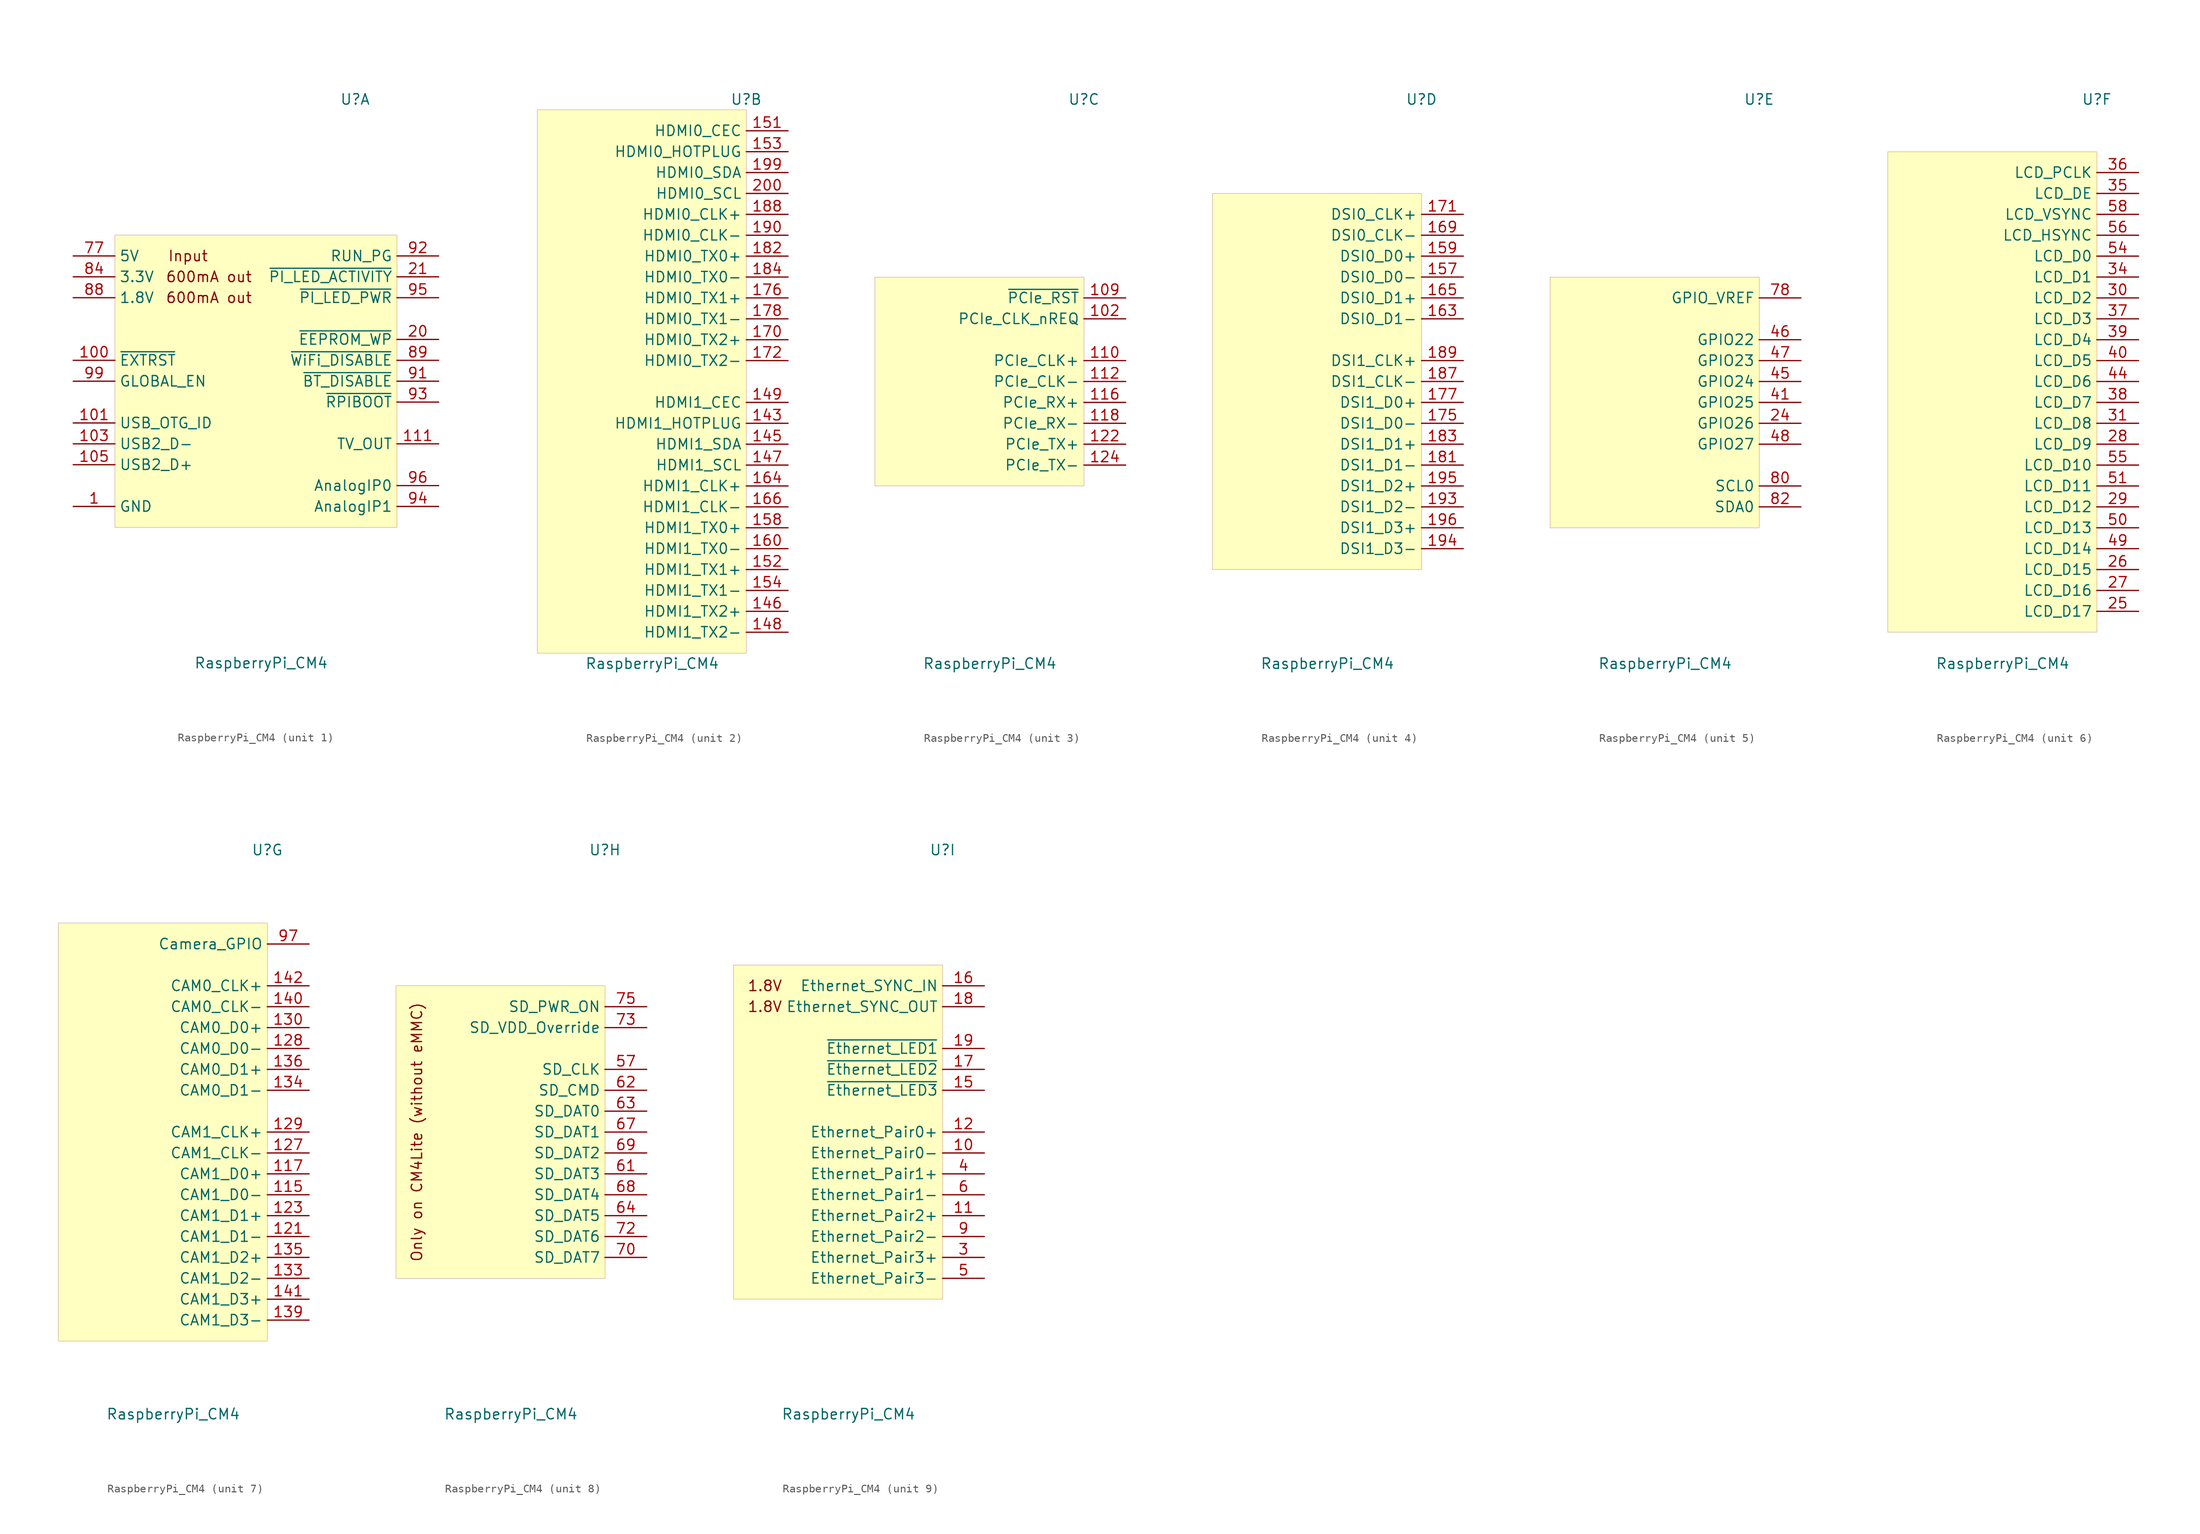
<source format=kicad_sym>
(kicad_symbol_lib
  (version 20201005)
  (generator kicad_symbol_editor)
  (symbol "MCU_Module_Extra:RaspberryPi_CM4"
    (property "Reference" "U"
      (at 12.7 34.29 0)
      (effects (font (size 1.27 1.27))))
    (property "Value" "RaspberryPi_CM4"
      (at 1.27 -34.29 0)
      (effects (font (size 1.27 1.27))))
    (property "ki_locked" ""
      (at 0 0 0)
      (effects (font (size 1.27 1.27))))
    (symbol "RaspberryPi_CM4_1_0"
      (text "600mA out" (at -5.08 10.16 0) (effects (font (size 1.27 1.27))))
      (text "600mA out" (at -5.08 12.7 0) (effects (font (size 1.27 1.27))))
      (text "Input" (at -7.62 15.24 0) (effects (font (size 1.27 1.27))))
      (rectangle (start -16.51 17.78) (end 17.78 -17.78) (stroke (width 0.001)) (fill (type background))))
    (symbol "RaspberryPi_CM4_1_1"
      (pin power_in line (at -21.59 -15.24 0) (length 5.08) (name "GND" (effects (font (size 1.27 1.27)))) (number "1" (effects (font (size 1.27 1.27)))))
      (pin output line (at -21.59 2.54 0) (length 5.08) (name "~EXTRST~" (effects (font (size 1.27 1.27)))) (number "100" (effects (font (size 1.27 1.27)))))
      (pin passive line (at -21.59 -15.24 0) (length 5.08) hide (name "GND" (effects (font (size 1.27 1.27)))) (number "13" (effects (font (size 1.27 1.27)))))
      (pin passive line (at -21.59 -15.24 0) (length 5.08) hide (name "GND" (effects (font (size 1.27 1.27)))) (number "14" (effects (font (size 1.27 1.27)))))
      (pin passive line (at -21.59 -15.24 0) (length 5.08) hide (name "GND" (effects (font (size 1.27 1.27)))) (number "2" (effects (font (size 1.27 1.27)))))
      (pin bidirectional line (at 22.86 5.08 180) (length 5.08) (name "~EEPROM_WP~" (effects (font (size 1.27 1.27)))) (number "20" (effects (font (size 1.27 1.27)))))
      (pin open_collector line (at 22.86 12.7 180) (length 5.08) (name "~PI_LED_ACTIVITY~" (effects (font (size 1.27 1.27)))) (number "21" (effects (font (size 1.27 1.27)))))
      (pin passive line (at -21.59 -15.24 0) (length 5.08) hide (name "GND" (effects (font (size 1.27 1.27)))) (number "22" (effects (font (size 1.27 1.27)))))
      (pin passive line (at -21.59 -15.24 0) (length 5.08) hide (name "GND" (effects (font (size 1.27 1.27)))) (number "23" (effects (font (size 1.27 1.27)))))
      (pin passive line (at -21.59 -15.24 0) (length 5.08) hide (name "GND" (effects (font (size 1.27 1.27)))) (number "32" (effects (font (size 1.27 1.27)))))
      (pin passive line (at -21.59 -15.24 0) (length 5.08) hide (name "GND" (effects (font (size 1.27 1.27)))) (number "33" (effects (font (size 1.27 1.27)))))
      (pin passive line (at -21.59 -15.24 0) (length 5.08) hide (name "GND" (effects (font (size 1.27 1.27)))) (number "42" (effects (font (size 1.27 1.27)))))
      (pin passive line (at -21.59 -15.24 0) (length 5.08) hide (name "GND" (effects (font (size 1.27 1.27)))) (number "43" (effects (font (size 1.27 1.27)))))
      (pin passive line (at -21.59 -15.24 0) (length 5.08) hide (name "GND" (effects (font (size 1.27 1.27)))) (number "52" (effects (font (size 1.27 1.27)))))
      (pin passive line (at -21.59 -15.24 0) (length 5.08) hide (name "GND" (effects (font (size 1.27 1.27)))) (number "53" (effects (font (size 1.27 1.27)))))
      (pin passive line (at -21.59 -15.24 0) (length 5.08) hide (name "GND" (effects (font (size 1.27 1.27)))) (number "59" (effects (font (size 1.27 1.27)))))
      (pin passive line (at -21.59 -15.24 0) (length 5.08) hide (name "GND" (effects (font (size 1.27 1.27)))) (number "60" (effects (font (size 1.27 1.27)))))
      (pin passive line (at -21.59 -15.24 0) (length 5.08) hide (name "GND" (effects (font (size 1.27 1.27)))) (number "65" (effects (font (size 1.27 1.27)))))
      (pin passive line (at -21.59 -15.24 0) (length 5.08) hide (name "GND" (effects (font (size 1.27 1.27)))) (number "66" (effects (font (size 1.27 1.27)))))
      (pin passive line (at -21.59 -15.24 0) (length 5.08) hide (name "GND" (effects (font (size 1.27 1.27)))) (number "7" (effects (font (size 1.27 1.27)))))
      (pin passive line (at -21.59 -15.24 0) (length 5.08) hide (name "GND" (effects (font (size 1.27 1.27)))) (number "71" (effects (font (size 1.27 1.27)))))
      (pin passive line (at -21.59 -15.24 0) (length 5.08) hide (name "GND" (effects (font (size 1.27 1.27)))) (number "74" (effects (font (size 1.27 1.27)))))
      (pin no_connect line (at -1.27 -10.16 0) (length 5.08) hide (name "Reserved" (effects (font (size 1.27 1.27)))) (number "76" (effects (font (size 1.27 1.27)))))
      (pin power_in line (at -21.59 15.24 0) (length 5.08) (name "5V" (effects (font (size 1.27 1.27)))) (number "77" (effects (font (size 1.27 1.27)))))
      (pin passive line (at -21.59 15.24 0) (length 5.08) hide (name "5V" (effects (font (size 1.27 1.27)))) (number "79" (effects (font (size 1.27 1.27)))))
      (pin passive line (at -21.59 -15.24 0) (length 5.08) hide (name "GND" (effects (font (size 1.27 1.27)))) (number "8" (effects (font (size 1.27 1.27)))))
      (pin passive line (at -21.59 15.24 0) (length 5.08) hide (name "5V" (effects (font (size 1.27 1.27)))) (number "81" (effects (font (size 1.27 1.27)))))
      (pin passive line (at -21.59 15.24 0) (length 5.08) hide (name "5V" (effects (font (size 1.27 1.27)))) (number "83" (effects (font (size 1.27 1.27)))))
      (pin power_out line (at -21.59 12.7 0) (length 5.08) (name "3.3V" (effects (font (size 1.27 1.27)))) (number "84" (effects (font (size 1.27 1.27)))))
      (pin passive line (at -21.59 15.24 0) (length 5.08) hide (name "5V" (effects (font (size 1.27 1.27)))) (number "85" (effects (font (size 1.27 1.27)))))
      (pin passive line (at -21.59 12.7 0) (length 5.08) hide (name "3.3V" (effects (font (size 1.27 1.27)))) (number "86" (effects (font (size 1.27 1.27)))))
      (pin passive line (at -21.59 15.24 0) (length 5.08) hide (name "5V" (effects (font (size 1.27 1.27)))) (number "87" (effects (font (size 1.27 1.27)))))
      (pin power_out line (at -21.59 10.16 0) (length 5.08) (name "1.8V" (effects (font (size 1.27 1.27)))) (number "88" (effects (font (size 1.27 1.27)))))
      (pin power_in line (at 22.86 2.54 180) (length 5.08) (name "~WiFi_DISABLE~" (effects (font (size 1.27 1.27)))) (number "89" (effects (font (size 1.27 1.27)))))
      (pin passive line (at -21.59 10.16 0) (length 5.08) hide (name "1.8V" (effects (font (size 1.27 1.27)))) (number "90" (effects (font (size 1.27 1.27)))))
      (pin input line (at 22.86 0 180) (length 5.08) (name "~BT_DISABLE~" (effects (font (size 1.27 1.27)))) (number "91" (effects (font (size 1.27 1.27)))))
      (pin bidirectional line (at 22.86 15.24 180) (length 5.08) (name "RUN_PG" (effects (font (size 1.27 1.27)))) (number "92" (effects (font (size 1.27 1.27)))))
      (pin input line (at 22.86 -2.54 180) (length 5.08) (name "~RPIBOOT~" (effects (font (size 1.27 1.27)))) (number "93" (effects (font (size 1.27 1.27)))))
      (pin output line (at 22.86 -15.24 180) (length 5.08) (name "AnalogIP1" (effects (font (size 1.27 1.27)))) (number "94" (effects (font (size 1.27 1.27)))))
      (pin output line (at 22.86 10.16 180) (length 5.08) (name "~PI_LED_PWR~" (effects (font (size 1.27 1.27)))) (number "95" (effects (font (size 1.27 1.27)))))
      (pin output line (at 22.86 -12.7 180) (length 5.08) (name "AnalogIP0" (effects (font (size 1.27 1.27)))) (number "96" (effects (font (size 1.27 1.27)))))
      (pin passive line (at -21.59 -15.24 0) (length 5.08) hide (name "GND" (effects (font (size 1.27 1.27)))) (number "98" (effects (font (size 1.27 1.27)))))
      (pin input line (at -21.59 0 0) (length 5.08) (name "GLOBAL_EN" (effects (font (size 1.27 1.27)))) (number "99" (effects (font (size 1.27 1.27)))))
      (pin input line (at -21.59 -5.08 0) (length 5.08) (name "USB_OTG_ID" (effects (font (size 1.27 1.27)))) (number "101" (effects (font (size 1.27 1.27)))))
      (pin passive line (at -21.59 -7.62 0) (length 5.08) (name "USB2_D-" (effects (font (size 1.27 1.27)))) (number "103" (effects (font (size 1.27 1.27)))))
      (pin no_connect line (at -1.27 -5.08 0) (length 5.08) hide (name "Reserved" (effects (font (size 1.27 1.27)))) (number "104" (effects (font (size 1.27 1.27)))))
      (pin passive line (at -21.59 -10.16 0) (length 5.08) (name "USB2_D+" (effects (font (size 1.27 1.27)))) (number "105" (effects (font (size 1.27 1.27)))))
      (pin no_connect line (at -1.27 -7.62 0) (length 5.08) hide (name "Reserved" (effects (font (size 1.27 1.27)))) (number "106" (effects (font (size 1.27 1.27)))))
      (pin passive line (at -21.59 -15.24 0) (length 5.08) hide (name "GND" (effects (font (size 1.27 1.27)))) (number "107" (effects (font (size 1.27 1.27)))))
      (pin passive line (at -21.59 -15.24 0) (length 5.08) hide (name "GND" (effects (font (size 1.27 1.27)))) (number "108" (effects (font (size 1.27 1.27)))))
      (pin passive line (at 22.86 -7.62 180) (length 5.08) (name "TV_OUT" (effects (font (size 1.27 1.27)))) (number "111" (effects (font (size 1.27 1.27)))))
      (pin passive line (at -21.59 -15.24 0) (length 5.08) hide (name "GND" (effects (font (size 1.27 1.27)))) (number "113" (effects (font (size 1.27 1.27)))))
      (pin passive line (at -21.59 -15.24 0) (length 5.08) hide (name "GND" (effects (font (size 1.27 1.27)))) (number "114" (effects (font (size 1.27 1.27)))))
      (pin passive line (at -21.59 -15.24 0) (length 5.08) hide (name "GND" (effects (font (size 1.27 1.27)))) (number "119" (effects (font (size 1.27 1.27)))))
      (pin passive line (at -21.59 -15.24 0) (length 5.08) hide (name "GND" (effects (font (size 1.27 1.27)))) (number "120" (effects (font (size 1.27 1.27)))))
      (pin passive line (at -21.59 -15.24 0) (length 5.08) hide (name "GND" (effects (font (size 1.27 1.27)))) (number "125" (effects (font (size 1.27 1.27)))))
      (pin passive line (at -21.59 -15.24 0) (length 5.08) hide (name "GND" (effects (font (size 1.27 1.27)))) (number "126" (effects (font (size 1.27 1.27)))))
      (pin passive line (at -21.59 -15.24 0) (length 5.08) hide (name "GND" (effects (font (size 1.27 1.27)))) (number "131" (effects (font (size 1.27 1.27)))))
      (pin passive line (at -21.59 -15.24 0) (length 5.08) hide (name "GND" (effects (font (size 1.27 1.27)))) (number "132" (effects (font (size 1.27 1.27)))))
      (pin passive line (at -21.59 -15.24 0) (length 5.08) hide (name "GND" (effects (font (size 1.27 1.27)))) (number "137" (effects (font (size 1.27 1.27)))))
      (pin passive line (at -21.59 -15.24 0) (length 5.08) hide (name "GND" (effects (font (size 1.27 1.27)))) (number "138" (effects (font (size 1.27 1.27)))))
      (pin passive line (at -21.59 -15.24 0) (length 5.08) hide (name "GND" (effects (font (size 1.27 1.27)))) (number "144" (effects (font (size 1.27 1.27)))))
      (pin passive line (at -21.59 -15.24 0) (length 5.08) hide (name "GND" (effects (font (size 1.27 1.27)))) (number "150" (effects (font (size 1.27 1.27)))))
      (pin passive line (at -21.59 -15.24 0) (length 5.08) hide (name "GND" (effects (font (size 1.27 1.27)))) (number "155" (effects (font (size 1.27 1.27)))))
      (pin passive line (at -21.59 -15.24 0) (length 5.08) hide (name "GND" (effects (font (size 1.27 1.27)))) (number "156" (effects (font (size 1.27 1.27)))))
      (pin passive line (at -21.59 -15.24 0) (length 5.08) hide (name "GND" (effects (font (size 1.27 1.27)))) (number "161" (effects (font (size 1.27 1.27)))))
      (pin passive line (at -21.59 -15.24 0) (length 5.08) hide (name "GND" (effects (font (size 1.27 1.27)))) (number "162" (effects (font (size 1.27 1.27)))))
      (pin passive line (at -21.59 -15.24 0) (length 5.08) hide (name "GND" (effects (font (size 1.27 1.27)))) (number "167" (effects (font (size 1.27 1.27)))))
      (pin passive line (at -21.59 -15.24 0) (length 5.08) hide (name "GND" (effects (font (size 1.27 1.27)))) (number "168" (effects (font (size 1.27 1.27)))))
      (pin passive line (at -21.59 -15.24 0) (length 5.08) hide (name "GND" (effects (font (size 1.27 1.27)))) (number "173" (effects (font (size 1.27 1.27)))))
      (pin passive line (at -21.59 -15.24 0) (length 5.08) hide (name "GND" (effects (font (size 1.27 1.27)))) (number "174" (effects (font (size 1.27 1.27)))))
      (pin passive line (at -21.59 -15.24 0) (length 5.08) hide (name "GND" (effects (font (size 1.27 1.27)))) (number "179" (effects (font (size 1.27 1.27)))))
      (pin passive line (at -21.59 -15.24 0) (length 5.08) hide (name "GND" (effects (font (size 1.27 1.27)))) (number "180" (effects (font (size 1.27 1.27)))))
      (pin passive line (at -21.59 -15.24 0) (length 5.08) hide (name "GND" (effects (font (size 1.27 1.27)))) (number "185" (effects (font (size 1.27 1.27)))))
      (pin passive line (at -21.59 -15.24 0) (length 5.08) hide (name "GND" (effects (font (size 1.27 1.27)))) (number "186" (effects (font (size 1.27 1.27)))))
      (pin passive line (at -21.59 -15.24 0) (length 5.08) hide (name "GND" (effects (font (size 1.27 1.27)))) (number "191" (effects (font (size 1.27 1.27)))))
      (pin passive line (at -21.59 -15.24 0) (length 5.08) hide (name "GND" (effects (font (size 1.27 1.27)))) (number "192" (effects (font (size 1.27 1.27)))))
      (pin passive line (at -21.59 -15.24 0) (length 5.08) hide (name "GND" (effects (font (size 1.27 1.27)))) (number "197" (effects (font (size 1.27 1.27)))))
      (pin passive line (at -21.59 -15.24 0) (length 5.08) hide (name "GND" (effects (font (size 1.27 1.27)))) (number "198" (effects (font (size 1.27 1.27))))))
    (symbol "RaspberryPi_CM4_2_0"
      (rectangle (start -12.7 33.02) (end 12.7 -33.02) (stroke (width 0.001)) (fill (type background))))
    (symbol "RaspberryPi_CM4_2_1"
      (pin input line (at 17.78 -5.08 180) (length 5.08) (name "HDMI1_HOTPLUG" (effects (font (size 1.27 1.27)))) (number "143" (effects (font (size 1.27 1.27)))))
      (pin bidirectional line (at 17.78 -7.62 180) (length 5.08) (name "HDMI1_SDA" (effects (font (size 1.27 1.27)))) (number "145" (effects (font (size 1.27 1.27)))))
      (pin output line (at 17.78 -27.94 180) (length 5.08) (name "HDMI1_TX2+" (effects (font (size 1.27 1.27)))) (number "146" (effects (font (size 1.27 1.27)))))
      (pin open_collector line (at 17.78 -10.16 180) (length 5.08) (name "HDMI1_SCL" (effects (font (size 1.27 1.27)))) (number "147" (effects (font (size 1.27 1.27)))))
      (pin output line (at 17.78 -30.48 180) (length 5.08) (name "HDMI1_TX2-" (effects (font (size 1.27 1.27)))) (number "148" (effects (font (size 1.27 1.27)))))
      (pin open_collector line (at 17.78 -2.54 180) (length 5.08) (name "HDMI1_CEC" (effects (font (size 1.27 1.27)))) (number "149" (effects (font (size 1.27 1.27)))))
      (pin open_collector line (at 17.78 30.48 180) (length 5.08) (name "HDMI0_CEC" (effects (font (size 1.27 1.27)))) (number "151" (effects (font (size 1.27 1.27)))))
      (pin output line (at 17.78 -22.86 180) (length 5.08) (name "HDMI1_TX1+" (effects (font (size 1.27 1.27)))) (number "152" (effects (font (size 1.27 1.27)))))
      (pin input line (at 17.78 27.94 180) (length 5.08) (name "HDMI0_HOTPLUG" (effects (font (size 1.27 1.27)))) (number "153" (effects (font (size 1.27 1.27)))))
      (pin output line (at 17.78 -25.4 180) (length 5.08) (name "HDMI1_TX1-" (effects (font (size 1.27 1.27)))) (number "154" (effects (font (size 1.27 1.27)))))
      (pin output line (at 17.78 -17.78 180) (length 5.08) (name "HDMI1_TX0+" (effects (font (size 1.27 1.27)))) (number "158" (effects (font (size 1.27 1.27)))))
      (pin output line (at 17.78 -20.32 180) (length 5.08) (name "HDMI1_TX0-" (effects (font (size 1.27 1.27)))) (number "160" (effects (font (size 1.27 1.27)))))
      (pin output line (at 17.78 -12.7 180) (length 5.08) (name "HDMI1_CLK+" (effects (font (size 1.27 1.27)))) (number "164" (effects (font (size 1.27 1.27)))))
      (pin output line (at 17.78 -15.24 180) (length 5.08) (name "HDMI1_CLK-" (effects (font (size 1.27 1.27)))) (number "166" (effects (font (size 1.27 1.27)))))
      (pin output line (at 17.78 5.08 180) (length 5.08) (name "HDMI0_TX2+" (effects (font (size 1.27 1.27)))) (number "170" (effects (font (size 1.27 1.27)))))
      (pin output line (at 17.78 2.54 180) (length 5.08) (name "HDMI0_TX2-" (effects (font (size 1.27 1.27)))) (number "172" (effects (font (size 1.27 1.27)))))
      (pin output line (at 17.78 10.16 180) (length 5.08) (name "HDMI0_TX1+" (effects (font (size 1.27 1.27)))) (number "176" (effects (font (size 1.27 1.27)))))
      (pin output line (at 17.78 7.62 180) (length 5.08) (name "HDMI0_TX1-" (effects (font (size 1.27 1.27)))) (number "178" (effects (font (size 1.27 1.27)))))
      (pin output line (at 17.78 15.24 180) (length 5.08) (name "HDMI0_TX0+" (effects (font (size 1.27 1.27)))) (number "182" (effects (font (size 1.27 1.27)))))
      (pin output line (at 17.78 12.7 180) (length 5.08) (name "HDMI0_TX0-" (effects (font (size 1.27 1.27)))) (number "184" (effects (font (size 1.27 1.27)))))
      (pin output line (at 17.78 20.32 180) (length 5.08) (name "HDMI0_CLK+" (effects (font (size 1.27 1.27)))) (number "188" (effects (font (size 1.27 1.27)))))
      (pin output line (at 17.78 17.78 180) (length 5.08) (name "HDMI0_CLK-" (effects (font (size 1.27 1.27)))) (number "190" (effects (font (size 1.27 1.27)))))
      (pin bidirectional line (at 17.78 25.4 180) (length 5.08) (name "HDMI0_SDA" (effects (font (size 1.27 1.27)))) (number "199" (effects (font (size 1.27 1.27)))))
      (pin open_collector line (at 17.78 22.86 180) (length 5.08) (name "HDMI0_SCL" (effects (font (size 1.27 1.27)))) (number "200" (effects (font (size 1.27 1.27))))))
    (symbol "RaspberryPi_CM4_3_0"
      (rectangle (start -12.7 12.7) (end 12.7 -12.7) (stroke (width 0.001)) (fill (type background))))
    (symbol "RaspberryPi_CM4_3_1"
      (pin input line (at 17.78 7.62 180) (length 5.08) (name "PCIe_CLK_nREQ" (effects (font (size 1.27 1.27)))) (number "102" (effects (font (size 1.27 1.27)))))
      (pin bidirectional line (at 17.78 10.16 180) (length 5.08) (name "~PCIe_RST~" (effects (font (size 1.27 1.27)))) (number "109" (effects (font (size 1.27 1.27)))))
      (pin output line (at 17.78 2.54 180) (length 5.08) (name "PCIe_CLK+" (effects (font (size 1.27 1.27)))) (number "110" (effects (font (size 1.27 1.27)))))
      (pin output line (at 17.78 0 180) (length 5.08) (name "PCIe_CLK-" (effects (font (size 1.27 1.27)))) (number "112" (effects (font (size 1.27 1.27)))))
      (pin input line (at 17.78 -2.54 180) (length 5.08) (name "PCIe_RX+" (effects (font (size 1.27 1.27)))) (number "116" (effects (font (size 1.27 1.27)))))
      (pin input line (at 17.78 -5.08 180) (length 5.08) (name "PCIe_RX-" (effects (font (size 1.27 1.27)))) (number "118" (effects (font (size 1.27 1.27)))))
      (pin output line (at 17.78 -7.62 180) (length 5.08) (name "PCIe_TX+" (effects (font (size 1.27 1.27)))) (number "122" (effects (font (size 1.27 1.27)))))
      (pin output line (at 17.78 -10.16 180) (length 5.08) (name "PCIe_TX-" (effects (font (size 1.27 1.27)))) (number "124" (effects (font (size 1.27 1.27))))))
    (symbol "RaspberryPi_CM4_4_0"
      (rectangle (start -12.7 22.86) (end 12.7 -22.86) (stroke (width 0.001)) (fill (type background))))
    (symbol "RaspberryPi_CM4_4_1"
      (pin bidirectional line (at 17.78 12.7 180) (length 5.08) (name "DSI0_D0-" (effects (font (size 1.27 1.27)))) (number "157" (effects (font (size 1.27 1.27)))))
      (pin bidirectional line (at 17.78 15.24 180) (length 5.08) (name "DSI0_D0+" (effects (font (size 1.27 1.27)))) (number "159" (effects (font (size 1.27 1.27)))))
      (pin bidirectional line (at 17.78 7.62 180) (length 5.08) (name "DSI0_D1-" (effects (font (size 1.27 1.27)))) (number "163" (effects (font (size 1.27 1.27)))))
      (pin bidirectional line (at 17.78 10.16 180) (length 5.08) (name "DSI0_D1+" (effects (font (size 1.27 1.27)))) (number "165" (effects (font (size 1.27 1.27)))))
      (pin open_collector line (at 17.78 17.78 180) (length 5.08) (name "DSI0_CLK-" (effects (font (size 1.27 1.27)))) (number "169" (effects (font (size 1.27 1.27)))))
      (pin open_collector line (at 17.78 20.32 180) (length 5.08) (name "DSI0_CLK+" (effects (font (size 1.27 1.27)))) (number "171" (effects (font (size 1.27 1.27)))))
      (pin bidirectional line (at 17.78 -5.08 180) (length 5.08) (name "DSI1_D0-" (effects (font (size 1.27 1.27)))) (number "175" (effects (font (size 1.27 1.27)))))
      (pin bidirectional line (at 17.78 -2.54 180) (length 5.08) (name "DSI1_D0+" (effects (font (size 1.27 1.27)))) (number "177" (effects (font (size 1.27 1.27)))))
      (pin bidirectional line (at 17.78 -10.16 180) (length 5.08) (name "DSI1_D1-" (effects (font (size 1.27 1.27)))) (number "181" (effects (font (size 1.27 1.27)))))
      (pin bidirectional line (at 17.78 -7.62 180) (length 5.08) (name "DSI1_D1+" (effects (font (size 1.27 1.27)))) (number "183" (effects (font (size 1.27 1.27)))))
      (pin bidirectional line (at 17.78 0 180) (length 5.08) (name "DSI1_CLK-" (effects (font (size 1.27 1.27)))) (number "187" (effects (font (size 1.27 1.27)))))
      (pin bidirectional line (at 17.78 2.54 180) (length 5.08) (name "DSI1_CLK+" (effects (font (size 1.27 1.27)))) (number "189" (effects (font (size 1.27 1.27)))))
      (pin bidirectional line (at 17.78 -15.24 180) (length 5.08) (name "DSI1_D2-" (effects (font (size 1.27 1.27)))) (number "193" (effects (font (size 1.27 1.27)))))
      (pin bidirectional line (at 17.78 -20.32 180) (length 5.08) (name "DSI1_D3-" (effects (font (size 1.27 1.27)))) (number "194" (effects (font (size 1.27 1.27)))))
      (pin bidirectional line (at 17.78 -12.7 180) (length 5.08) (name "DSI1_D2+" (effects (font (size 1.27 1.27)))) (number "195" (effects (font (size 1.27 1.27)))))
      (pin bidirectional line (at 17.78 -17.78 180) (length 5.08) (name "DSI1_D3+" (effects (font (size 1.27 1.27)))) (number "196" (effects (font (size 1.27 1.27))))))
    (symbol "RaspberryPi_CM4_5_0"
      (rectangle (start -12.7 12.7) (end 12.7 -17.78) (stroke (width 0.001)) (fill (type background))))
    (symbol "RaspberryPi_CM4_5_1"
      (pin bidirectional line (at 17.78 -5.08 180) (length 5.08) (name "GPIO26" (effects (font (size 1.27 1.27)))) (number "24" (effects (font (size 1.27 1.27)))))
      (pin bidirectional line (at 17.78 -2.54 180) (length 5.08) (name "GPIO25" (effects (font (size 1.27 1.27)))) (number "41" (effects (font (size 1.27 1.27)))))
      (pin bidirectional line (at 17.78 0 180) (length 5.08) (name "GPIO24" (effects (font (size 1.27 1.27)))) (number "45" (effects (font (size 1.27 1.27)))))
      (pin bidirectional line (at 17.78 5.08 180) (length 5.08) (name "GPIO22" (effects (font (size 1.27 1.27)))) (number "46" (effects (font (size 1.27 1.27)))))
      (pin bidirectional line (at 17.78 2.54 180) (length 5.08) (name "GPIO23" (effects (font (size 1.27 1.27)))) (number "47" (effects (font (size 1.27 1.27)))))
      (pin bidirectional line (at 17.78 -7.62 180) (length 5.08) (name "GPIO27" (effects (font (size 1.27 1.27)))) (number "48" (effects (font (size 1.27 1.27)))))
      (pin power_in line (at 17.78 10.16 180) (length 5.08) (name "GPIO_VREF" (effects (font (size 1.27 1.27)))) (number "78" (effects (font (size 1.27 1.27)))))
      (pin passive line (at 17.78 -12.7 180) (length 5.08) (name "SCL0" (effects (font (size 1.27 1.27)))) (number "80" (effects (font (size 1.27 1.27)))))
      (pin passive line (at 17.78 -15.24 180) (length 5.08) (name "SDA0" (effects (font (size 1.27 1.27)))) (number "82" (effects (font (size 1.27 1.27))))))
    (symbol "RaspberryPi_CM4_6_0"
      (rectangle (start -12.7 27.94) (end 12.7 -30.48) (stroke (width 0.001)) (fill (type background))))
    (symbol "RaspberryPi_CM4_6_1"
      (pin bidirectional line (at 17.78 -27.94 180) (length 5.08) (name "LCD_D17" (effects (font (size 1.27 1.27)))) (number "25" (effects (font (size 1.27 1.27)))))
      (pin bidirectional line (at 17.78 -22.86 180) (length 5.08) (name "LCD_D15" (effects (font (size 1.27 1.27)))) (number "26" (effects (font (size 1.27 1.27)))))
      (pin bidirectional line (at 17.78 -25.4 180) (length 5.08) (name "LCD_D16" (effects (font (size 1.27 1.27)))) (number "27" (effects (font (size 1.27 1.27)))))
      (pin bidirectional line (at 17.78 -7.62 180) (length 5.08) (name "LCD_D9" (effects (font (size 1.27 1.27)))) (number "28" (effects (font (size 1.27 1.27)))))
      (pin bidirectional line (at 17.78 -15.24 180) (length 5.08) (name "LCD_D12" (effects (font (size 1.27 1.27)))) (number "29" (effects (font (size 1.27 1.27)))))
      (pin bidirectional line (at 17.78 10.16 180) (length 5.08) (name "LCD_D2" (effects (font (size 1.27 1.27)))) (number "30" (effects (font (size 1.27 1.27)))))
      (pin bidirectional line (at 17.78 -5.08 180) (length 5.08) (name "LCD_D8" (effects (font (size 1.27 1.27)))) (number "31" (effects (font (size 1.27 1.27)))))
      (pin bidirectional line (at 17.78 12.7 180) (length 5.08) (name "LCD_D1" (effects (font (size 1.27 1.27)))) (number "34" (effects (font (size 1.27 1.27)))))
      (pin bidirectional line (at 17.78 22.86 180) (length 5.08) (name "LCD_DE" (effects (font (size 1.27 1.27)))) (number "35" (effects (font (size 1.27 1.27)))))
      (pin bidirectional line (at 17.78 25.4 180) (length 5.08) (name "LCD_PCLK" (effects (font (size 1.27 1.27)))) (number "36" (effects (font (size 1.27 1.27)))))
      (pin bidirectional line (at 17.78 7.62 180) (length 5.08) (name "LCD_D3" (effects (font (size 1.27 1.27)))) (number "37" (effects (font (size 1.27 1.27)))))
      (pin bidirectional line (at 17.78 -2.54 180) (length 5.08) (name "LCD_D7" (effects (font (size 1.27 1.27)))) (number "38" (effects (font (size 1.27 1.27)))))
      (pin bidirectional line (at 17.78 5.08 180) (length 5.08) (name "LCD_D4" (effects (font (size 1.27 1.27)))) (number "39" (effects (font (size 1.27 1.27)))))
      (pin bidirectional line (at 17.78 2.54 180) (length 5.08) (name "LCD_D5" (effects (font (size 1.27 1.27)))) (number "40" (effects (font (size 1.27 1.27)))))
      (pin bidirectional line (at 17.78 0 180) (length 5.08) (name "LCD_D6" (effects (font (size 1.27 1.27)))) (number "44" (effects (font (size 1.27 1.27)))))
      (pin bidirectional line (at 17.78 -20.32 180) (length 5.08) (name "LCD_D14" (effects (font (size 1.27 1.27)))) (number "49" (effects (font (size 1.27 1.27)))))
      (pin bidirectional line (at 17.78 -17.78 180) (length 5.08) (name "LCD_D13" (effects (font (size 1.27 1.27)))) (number "50" (effects (font (size 1.27 1.27)))))
      (pin bidirectional line (at 17.78 -12.7 180) (length 5.08) (name "LCD_D11" (effects (font (size 1.27 1.27)))) (number "51" (effects (font (size 1.27 1.27)))))
      (pin bidirectional line (at 17.78 15.24 180) (length 5.08) (name "LCD_D0" (effects (font (size 1.27 1.27)))) (number "54" (effects (font (size 1.27 1.27)))))
      (pin bidirectional line (at 17.78 -10.16 180) (length 5.08) (name "LCD_D10" (effects (font (size 1.27 1.27)))) (number "55" (effects (font (size 1.27 1.27)))))
      (pin bidirectional line (at 17.78 17.78 180) (length 5.08) (name "LCD_HSYNC" (effects (font (size 1.27 1.27)))) (number "56" (effects (font (size 1.27 1.27)))))
      (pin bidirectional line (at 17.78 20.32 180) (length 5.08) (name "LCD_VSYNC" (effects (font (size 1.27 1.27)))) (number "58" (effects (font (size 1.27 1.27))))))
    (symbol "RaspberryPi_CM4_7_0"
      (rectangle (start -12.7 25.4) (end 12.7 -25.4) (stroke (width 0.001)) (fill (type background))))
    (symbol "RaspberryPi_CM4_7_1"
      (pin bidirectional line (at 17.78 22.86 180) (length 5.08) (name "Camera_GPIO" (effects (font (size 1.27 1.27)))) (number "97" (effects (font (size 1.27 1.27)))))
      (pin bidirectional line (at 17.78 -7.62 180) (length 5.08) (name "CAM1_D0-" (effects (font (size 1.27 1.27)))) (number "115" (effects (font (size 1.27 1.27)))))
      (pin bidirectional line (at 17.78 -5.08 180) (length 5.08) (name "CAM1_D0+" (effects (font (size 1.27 1.27)))) (number "117" (effects (font (size 1.27 1.27)))))
      (pin bidirectional line (at 17.78 -12.7 180) (length 5.08) (name "CAM1_D1-" (effects (font (size 1.27 1.27)))) (number "121" (effects (font (size 1.27 1.27)))))
      (pin bidirectional line (at 17.78 -10.16 180) (length 5.08) (name "CAM1_D1+" (effects (font (size 1.27 1.27)))) (number "123" (effects (font (size 1.27 1.27)))))
      (pin output line (at 17.78 -2.54 180) (length 5.08) (name "CAM1_CLK-" (effects (font (size 1.27 1.27)))) (number "127" (effects (font (size 1.27 1.27)))))
      (pin bidirectional line (at 17.78 10.16 180) (length 5.08) (name "CAM0_D0-" (effects (font (size 1.27 1.27)))) (number "128" (effects (font (size 1.27 1.27)))))
      (pin output line (at 17.78 0 180) (length 5.08) (name "CAM1_CLK+" (effects (font (size 1.27 1.27)))) (number "129" (effects (font (size 1.27 1.27)))))
      (pin bidirectional line (at 17.78 12.7 180) (length 5.08) (name "CAM0_D0+" (effects (font (size 1.27 1.27)))) (number "130" (effects (font (size 1.27 1.27)))))
      (pin bidirectional line (at 17.78 -17.78 180) (length 5.08) (name "CAM1_D2-" (effects (font (size 1.27 1.27)))) (number "133" (effects (font (size 1.27 1.27)))))
      (pin bidirectional line (at 17.78 5.08 180) (length 5.08) (name "CAM0_D1-" (effects (font (size 1.27 1.27)))) (number "134" (effects (font (size 1.27 1.27)))))
      (pin bidirectional line (at 17.78 -15.24 180) (length 5.08) (name "CAM1_D2+" (effects (font (size 1.27 1.27)))) (number "135" (effects (font (size 1.27 1.27)))))
      (pin bidirectional line (at 17.78 7.62 180) (length 5.08) (name "CAM0_D1+" (effects (font (size 1.27 1.27)))) (number "136" (effects (font (size 1.27 1.27)))))
      (pin bidirectional line (at 17.78 -22.86 180) (length 5.08) (name "CAM1_D3-" (effects (font (size 1.27 1.27)))) (number "139" (effects (font (size 1.27 1.27)))))
      (pin output line (at 17.78 15.24 180) (length 5.08) (name "CAM0_CLK-" (effects (font (size 1.27 1.27)))) (number "140" (effects (font (size 1.27 1.27)))))
      (pin bidirectional line (at 17.78 -20.32 180) (length 5.08) (name "CAM1_D3+" (effects (font (size 1.27 1.27)))) (number "141" (effects (font (size 1.27 1.27)))))
      (pin output line (at 17.78 17.78 180) (length 5.08) (name "CAM0_CLK+" (effects (font (size 1.27 1.27)))) (number "142" (effects (font (size 1.27 1.27))))))
    (symbol "RaspberryPi_CM4_8_0"
      (text "Only on CM4Lite (without eMMC)" (at -10.16 0 900) (effects (font (size 1.27 1.27))))
      (rectangle (start -12.7 17.78) (end 12.7 -17.78) (stroke (width 0.001)) (fill (type background))))
    (symbol "RaspberryPi_CM4_8_1"
      (pin passive line (at 17.78 7.62 180) (length 5.08) (name "SD_CLK" (effects (font (size 1.27 1.27)))) (number "57" (effects (font (size 1.27 1.27)))))
      (pin passive line (at 17.78 -5.08 180) (length 5.08) (name "SD_DAT3" (effects (font (size 1.27 1.27)))) (number "61" (effects (font (size 1.27 1.27)))))
      (pin passive line (at 17.78 5.08 180) (length 5.08) (name "SD_CMD" (effects (font (size 1.27 1.27)))) (number "62" (effects (font (size 1.27 1.27)))))
      (pin passive line (at 17.78 2.54 180) (length 5.08) (name "SD_DAT0" (effects (font (size 1.27 1.27)))) (number "63" (effects (font (size 1.27 1.27)))))
      (pin passive line (at 17.78 -10.16 180) (length 5.08) (name "SD_DAT5" (effects (font (size 1.27 1.27)))) (number "64" (effects (font (size 1.27 1.27)))))
      (pin passive line (at 17.78 0 180) (length 5.08) (name "SD_DAT1" (effects (font (size 1.27 1.27)))) (number "67" (effects (font (size 1.27 1.27)))))
      (pin passive line (at 17.78 -7.62 180) (length 5.08) (name "SD_DAT4" (effects (font (size 1.27 1.27)))) (number "68" (effects (font (size 1.27 1.27)))))
      (pin passive line (at 17.78 -2.54 180) (length 5.08) (name "SD_DAT2" (effects (font (size 1.27 1.27)))) (number "69" (effects (font (size 1.27 1.27)))))
      (pin passive line (at 17.78 -15.24 180) (length 5.08) (name "SD_DAT7" (effects (font (size 1.27 1.27)))) (number "70" (effects (font (size 1.27 1.27)))))
      (pin passive line (at 17.78 -12.7 180) (length 5.08) (name "SD_DAT6" (effects (font (size 1.27 1.27)))) (number "72" (effects (font (size 1.27 1.27)))))
      (pin input line (at 17.78 12.7 180) (length 5.08) (name "SD_VDD_Override" (effects (font (size 1.27 1.27)))) (number "73" (effects (font (size 1.27 1.27)))))
      (pin output line (at 17.78 15.24 180) (length 5.08) (name "SD_PWR_ON" (effects (font (size 1.27 1.27)))) (number "75" (effects (font (size 1.27 1.27))))))
    (symbol "RaspberryPi_CM4_9_0"
      (text "1.8V" (at -8.89 15.24 0) (effects (font (size 1.27 1.27))))
      (text "1.8V" (at -8.89 17.78 0) (effects (font (size 1.27 1.27))))
      (rectangle (start 12.7 20.32) (end -12.7 -20.32) (stroke (width 0.001)) (fill (type background))))
    (symbol "RaspberryPi_CM4_9_1"
      (pin bidirectional line (at 17.78 -2.54 180) (length 5.08) (name "Ethernet_Pair0-" (effects (font (size 1.27 1.27)))) (number "10" (effects (font (size 1.27 1.27)))))
      (pin bidirectional line (at 17.78 -10.16 180) (length 5.08) (name "Ethernet_Pair2+" (effects (font (size 1.27 1.27)))) (number "11" (effects (font (size 1.27 1.27)))))
      (pin bidirectional line (at 17.78 0 180) (length 5.08) (name "Ethernet_Pair0+" (effects (font (size 1.27 1.27)))) (number "12" (effects (font (size 1.27 1.27)))))
      (pin output line (at 17.78 5.08 180) (length 5.08) (name "~Ethernet_LED3~" (effects (font (size 1.27 1.27)))) (number "15" (effects (font (size 1.27 1.27)))))
      (pin input line (at 17.78 17.78 180) (length 5.08) (name "Ethernet_SYNC_IN" (effects (font (size 1.27 1.27)))) (number "16" (effects (font (size 1.27 1.27)))))
      (pin output line (at 17.78 7.62 180) (length 5.08) (name "~Ethernet_LED2~" (effects (font (size 1.27 1.27)))) (number "17" (effects (font (size 1.27 1.27)))))
      (pin input line (at 17.78 15.24 180) (length 5.08) (name "Ethernet_SYNC_OUT" (effects (font (size 1.27 1.27)))) (number "18" (effects (font (size 1.27 1.27)))))
      (pin output line (at 17.78 10.16 180) (length 5.08) (name "~Ethernet_LED1~" (effects (font (size 1.27 1.27)))) (number "19" (effects (font (size 1.27 1.27)))))
      (pin bidirectional line (at 17.78 -15.24 180) (length 5.08) (name "Ethernet_Pair3+" (effects (font (size 1.27 1.27)))) (number "3" (effects (font (size 1.27 1.27)))))
      (pin bidirectional line (at 17.78 -5.08 180) (length 5.08) (name "Ethernet_Pair1+" (effects (font (size 1.27 1.27)))) (number "4" (effects (font (size 1.27 1.27)))))
      (pin bidirectional line (at 17.78 -17.78 180) (length 5.08) (name "Ethernet_Pair3-" (effects (font (size 1.27 1.27)))) (number "5" (effects (font (size 1.27 1.27)))))
      (pin bidirectional line (at 17.78 -7.62 180) (length 5.08) (name "Ethernet_Pair1-" (effects (font (size 1.27 1.27)))) (number "6" (effects (font (size 1.27 1.27)))))
      (pin bidirectional line (at 17.78 -12.7 180) (length 5.08) (name "Ethernet_Pair2-" (effects (font (size 1.27 1.27)))) (number "9" (effects (font (size 1.27 1.27))))))))
</source>
